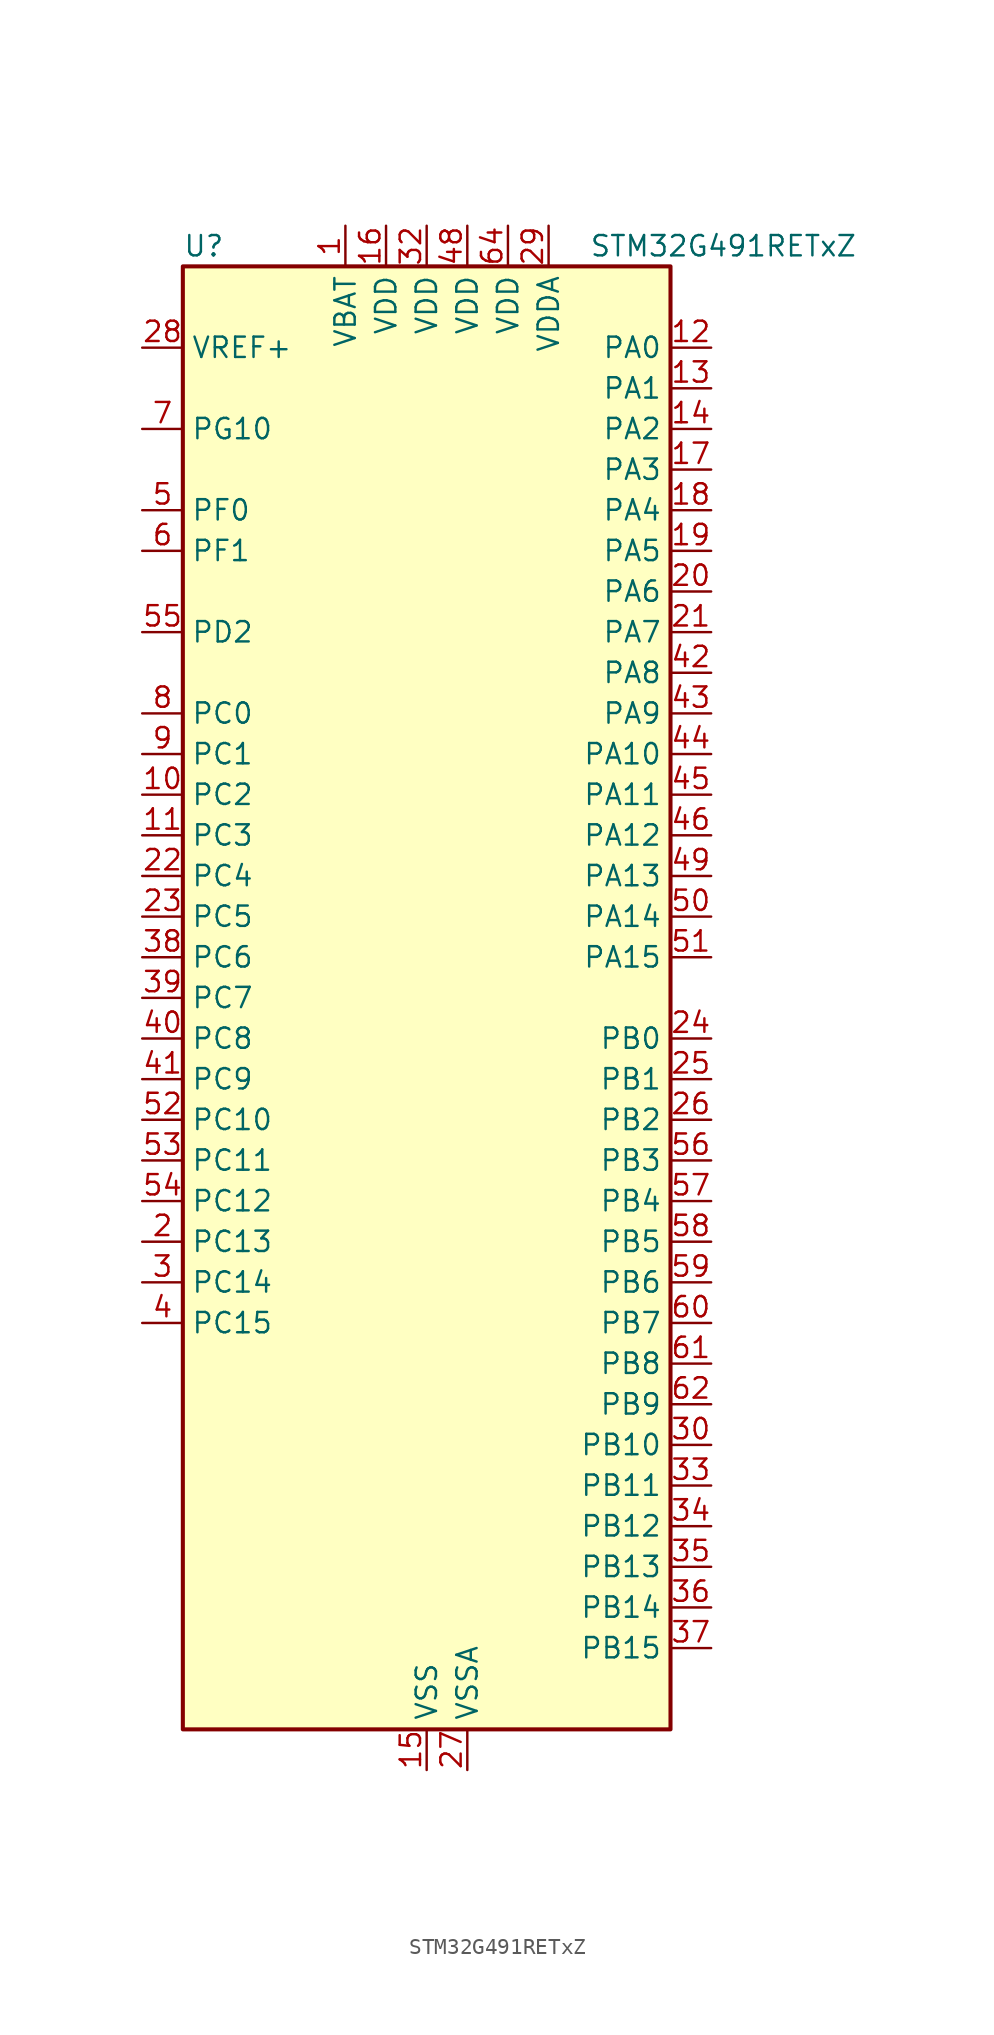
<source format=kicad_sym>
(kicad_symbol_lib
  (version 20241209)
  (generator "kicad_symbol_editor")
  (generator_version "9.0")
  (symbol "STM32G491RETxZ"
    (property "Reference" "U"
      (at -15.24 46.99 0)
      (effects (font (size 1.27 1.27)) (justify left)))
    (property "Value" "STM32G491RETxZ"
      (at 10.16 46.99 0)
      (effects (font (size 1.27 1.27)) (justify left)))
    (symbol "STM32G491RETxZ_0_1"
      (rectangle (start -15.24 -45.72) (end 15.24 45.72) (stroke (width 0.254) (type default)) (fill (type background))))
    (symbol "STM32G491RETxZ_1_1"
      (pin input line (at -17.78 40.64 0) (length 2.54) (name "VREF+" (effects (font (size 1.27 1.27)))) (number "28" (effects (font (size 1.27 1.27)))) (alternate "VREFBUF_OUT" bidirectional line))
      (pin bidirectional line (at -17.78 35.56 0) (length 2.54) (name "PG10" (effects (font (size 1.27 1.27)))) (number "7" (effects (font (size 1.27 1.27)))) (alternate "DAC1_EXTI10" bidirectional line) (alternate "DAC3_EXTI10" bidirectional line) (alternate "RCC_MCO" bidirectional line))
      (pin bidirectional line (at -17.78 30.48 0) (length 2.54) (name "PF0" (effects (font (size 1.27 1.27)))) (number "5" (effects (font (size 1.27 1.27)))) (alternate "ADC1_IN10" bidirectional line) (alternate "I2C2_SDA" bidirectional line) (alternate "I2S2_WS" bidirectional line) (alternate "RCC_OSC_IN" bidirectional line) (alternate "SPI2_NSS" bidirectional line) (alternate "TIM1_CH3N" bidirectional line))
      (pin bidirectional line (at -17.78 27.94 0) (length 2.54) (name "PF1" (effects (font (size 1.27 1.27)))) (number "6" (effects (font (size 1.27 1.27)))) (alternate "ADC2_IN10" bidirectional line) (alternate "COMP3_INM" bidirectional line) (alternate "I2S2_CK" bidirectional line) (alternate "RCC_OSC_OUT" bidirectional line) (alternate "SPI2_SCK" bidirectional line))
      (pin bidirectional line (at -17.78 22.86 0) (length 2.54) (name "PD2" (effects (font (size 1.27 1.27)))) (number "55" (effects (font (size 1.27 1.27)))) (alternate "ADC3_EXTI2" bidirectional line) (alternate "TIM3_ETR" bidirectional line) (alternate "TIM8_BKIN" bidirectional line) (alternate "UART5_RX" bidirectional line))
      (pin bidirectional line (at -17.78 17.78 0) (length 2.54) (name "PC0" (effects (font (size 1.27 1.27)))) (number "8" (effects (font (size 1.27 1.27)))) (alternate "ADC1_IN6" bidirectional line) (alternate "ADC2_IN6" bidirectional line) (alternate "COMP3_INM" bidirectional line) (alternate "LPTIM1_IN1" bidirectional line) (alternate "LPUART1_RX" bidirectional line) (alternate "TIM1_CH1" bidirectional line))
      (pin bidirectional line (at -17.78 15.24 0) (length 2.54) (name "PC1" (effects (font (size 1.27 1.27)))) (number "9" (effects (font (size 1.27 1.27)))) (alternate "ADC1_IN7" bidirectional line) (alternate "ADC2_IN7" bidirectional line) (alternate "COMP3_INP" bidirectional line) (alternate "LPTIM1_OUT" bidirectional line) (alternate "LPUART1_TX" bidirectional line) (alternate "QUADSPI1_BK2_IO0" bidirectional line) (alternate "SAI1_SD_A" bidirectional line) (alternate "TIM1_CH2" bidirectional line))
      (pin bidirectional line (at -17.78 12.7 0) (length 2.54) (name "PC2" (effects (font (size 1.27 1.27)))) (number "10" (effects (font (size 1.27 1.27)))) (alternate "ADC1_IN8" bidirectional line) (alternate "ADC2_IN8" bidirectional line) (alternate "ADC3_EXTI2" bidirectional line) (alternate "COMP3_OUT" bidirectional line) (alternate "LPTIM1_IN2" bidirectional line) (alternate "QUADSPI1_BK2_IO1" bidirectional line) (alternate "TIM1_CH3" bidirectional line) (alternate "TIM20_CH2" bidirectional line))
      (pin bidirectional line (at -17.78 10.16 0) (length 2.54) (name "PC3" (effects (font (size 1.27 1.27)))) (number "11" (effects (font (size 1.27 1.27)))) (alternate "ADC1_IN9" bidirectional line) (alternate "ADC2_IN9" bidirectional line) (alternate "ADC3_EXTI3" bidirectional line) (alternate "LPTIM1_ETR" bidirectional line) (alternate "QUADSPI1_BK2_IO2" bidirectional line) (alternate "SAI1_D1" bidirectional line) (alternate "SAI1_SD_A" bidirectional line) (alternate "TIM1_BKIN2" bidirectional line) (alternate "TIM1_CH4" bidirectional line))
      (pin bidirectional line (at -17.78 7.62 0) (length 2.54) (name "PC4" (effects (font (size 1.27 1.27)))) (number "22" (effects (font (size 1.27 1.27)))) (alternate "ADC2_IN5" bidirectional line) (alternate "I2C2_SCL" bidirectional line) (alternate "QUADSPI1_BK2_IO3" bidirectional line) (alternate "TIM1_ETR" bidirectional line) (alternate "USART1_TX" bidirectional line))
      (pin bidirectional line (at -17.78 5.08 0) (length 2.54) (name "PC5" (effects (font (size 1.27 1.27)))) (number "23" (effects (font (size 1.27 1.27)))) (alternate "ADC2_IN11" bidirectional line) (alternate "OPAMP1_VINM" bidirectional line) (alternate "OPAMP1_VINM1" bidirectional line) (alternate "OPAMP1_VINM_SEC" bidirectional line) (alternate "OPAMP2_VINM" bidirectional line) (alternate "OPAMP2_VINM1" bidirectional line) (alternate "OPAMP2_VINM_SEC" bidirectional line) (alternate "SAI1_D3" bidirectional line) (alternate "SYS_WKUP5" bidirectional line) (alternate "TIM15_BKIN" bidirectional line) (alternate "TIM1_CH4N" bidirectional line) (alternate "USART1_RX" bidirectional line))
      (pin bidirectional line (at -17.78 2.54 0) (length 2.54) (name "PC6" (effects (font (size 1.27 1.27)))) (number "38" (effects (font (size 1.27 1.27)))) (alternate "I2S2_MCK" bidirectional line) (alternate "TIM3_CH1" bidirectional line) (alternate "TIM8_CH1" bidirectional line))
      (pin bidirectional line (at -17.78 0 0) (length 2.54) (name "PC7" (effects (font (size 1.27 1.27)))) (number "39" (effects (font (size 1.27 1.27)))) (alternate "I2S3_MCK" bidirectional line) (alternate "TIM3_CH2" bidirectional line) (alternate "TIM8_CH2" bidirectional line))
      (pin bidirectional line (at -17.78 -2.54 0) (length 2.54) (name "PC8" (effects (font (size 1.27 1.27)))) (number "40" (effects (font (size 1.27 1.27)))) (alternate "I2C3_SCL" bidirectional line) (alternate "TIM20_CH3" bidirectional line) (alternate "TIM3_CH3" bidirectional line) (alternate "TIM8_CH3" bidirectional line))
      (pin bidirectional line (at -17.78 -5.08 0) (length 2.54) (name "PC9" (effects (font (size 1.27 1.27)))) (number "41" (effects (font (size 1.27 1.27)))) (alternate "DAC1_EXTI9" bidirectional line) (alternate "DAC3_EXTI9" bidirectional line) (alternate "I2C3_SDA" bidirectional line) (alternate "I2S_CKIN" bidirectional line) (alternate "TIM3_CH4" bidirectional line) (alternate "TIM8_BKIN2" bidirectional line) (alternate "TIM8_CH4" bidirectional line))
      (pin bidirectional line (at -17.78 -7.62 0) (length 2.54) (name "PC10" (effects (font (size 1.27 1.27)))) (number "52" (effects (font (size 1.27 1.27)))) (alternate "DAC1_EXTI10" bidirectional line) (alternate "DAC3_EXTI10" bidirectional line) (alternate "I2S3_CK" bidirectional line) (alternate "SPI3_SCK" bidirectional line) (alternate "TIM8_CH1N" bidirectional line) (alternate "UART4_TX" bidirectional line) (alternate "USART3_TX" bidirectional line))
      (pin bidirectional line (at -17.78 -10.16 0) (length 2.54) (name "PC11" (effects (font (size 1.27 1.27)))) (number "53" (effects (font (size 1.27 1.27)))) (alternate "ADC1_EXTI11" bidirectional line) (alternate "ADC2_EXTI11" bidirectional line) (alternate "I2C3_SDA" bidirectional line) (alternate "SPI3_MISO" bidirectional line) (alternate "TIM8_CH2N" bidirectional line) (alternate "UART4_RX" bidirectional line) (alternate "USART3_RX" bidirectional line))
      (pin bidirectional line (at -17.78 -12.7 0) (length 2.54) (name "PC12" (effects (font (size 1.27 1.27)))) (number "54" (effects (font (size 1.27 1.27)))) (alternate "I2S3_SD" bidirectional line) (alternate "SPI3_MOSI" bidirectional line) (alternate "TIM8_CH3N" bidirectional line) (alternate "UART5_TX" bidirectional line) (alternate "UCPD1_FRSTX1" bidirectional line) (alternate "UCPD1_FRSTX2" bidirectional line) (alternate "USART3_CK" bidirectional line))
      (pin bidirectional line (at -17.78 -15.24 0) (length 2.54) (name "PC13" (effects (font (size 1.27 1.27)))) (number "2" (effects (font (size 1.27 1.27)))) (alternate "RTC_OUT1" bidirectional line) (alternate "RTC_TAMP1" bidirectional line) (alternate "RTC_TS" bidirectional line) (alternate "SYS_WKUP2" bidirectional line) (alternate "TIM1_BKIN" bidirectional line) (alternate "TIM1_CH1N" bidirectional line) (alternate "TIM8_CH4N" bidirectional line))
      (pin bidirectional line (at -17.78 -17.78 0) (length 2.54) (name "PC14" (effects (font (size 1.27 1.27)))) (number "3" (effects (font (size 1.27 1.27)))) (alternate "RCC_OSC32_IN" bidirectional line))
      (pin bidirectional line (at -17.78 -20.32 0) (length 2.54) (name "PC15" (effects (font (size 1.27 1.27)))) (number "4" (effects (font (size 1.27 1.27)))) (alternate "ADC1_EXTI15" bidirectional line) (alternate "ADC2_EXTI15" bidirectional line) (alternate "RCC_OSC32_OUT" bidirectional line))
      (pin power_in line (at -5.08 48.26 270) (length 2.54) (name "VBAT" (effects (font (size 1.27 1.27)))) (number "1" (effects (font (size 1.27 1.27)))))
      (pin power_in line (at -2.54 48.26 270) (length 2.54) (name "VDD" (effects (font (size 1.27 1.27)))) (number "16" (effects (font (size 1.27 1.27)))))
      (pin power_in line (at 0 48.26 270) (length 2.54) (name "VDD" (effects (font (size 1.27 1.27)))) (number "32" (effects (font (size 1.27 1.27)))))
      (pin power_in line (at 0 -48.26 90) (length 2.54) (name "VSS" (effects (font (size 1.27 1.27)))) (number "15" (effects (font (size 1.27 1.27)))))
      (pin passive line (at 0 -48.26 90) (length 2.54) (hide yes) (name "VSS" (effects (font (size 1.27 1.27)))) (number "31" (effects (font (size 1.27 1.27)))))
      (pin passive line (at 0 -48.26 90) (length 2.54) (hide yes) (name "VSS" (effects (font (size 1.27 1.27)))) (number "47" (effects (font (size 1.27 1.27)))))
      (pin passive line (at 0 -48.26 90) (length 2.54) (hide yes) (name "VSS" (effects (font (size 1.27 1.27)))) (number "63" (effects (font (size 1.27 1.27)))))
      (pin power_in line (at 2.54 48.26 270) (length 2.54) (name "VDD" (effects (font (size 1.27 1.27)))) (number "48" (effects (font (size 1.27 1.27)))))
      (pin power_in line (at 2.54 -48.26 90) (length 2.54) (name "VSSA" (effects (font (size 1.27 1.27)))) (number "27" (effects (font (size 1.27 1.27)))))
      (pin power_in line (at 5.08 48.26 270) (length 2.54) (name "VDD" (effects (font (size 1.27 1.27)))) (number "64" (effects (font (size 1.27 1.27)))))
      (pin power_in line (at 7.62 48.26 270) (length 2.54) (name "VDDA" (effects (font (size 1.27 1.27)))) (number "29" (effects (font (size 1.27 1.27)))))
      (pin bidirectional line (at 17.78 40.64 180) (length 2.54) (name "PA0" (effects (font (size 1.27 1.27)))) (number "12" (effects (font (size 1.27 1.27)))) (alternate "ADC1_IN1" bidirectional line) (alternate "ADC2_IN1" bidirectional line) (alternate "COMP1_INM" bidirectional line) (alternate "COMP1_OUT" bidirectional line) (alternate "COMP3_INP" bidirectional line) (alternate "RTC_TAMP2" bidirectional line) (alternate "SYS_WKUP1" bidirectional line) (alternate "TIM2_CH1" bidirectional line) (alternate "TIM2_ETR" bidirectional line) (alternate "TIM8_BKIN" bidirectional line) (alternate "TIM8_ETR" bidirectional line) (alternate "USART2_CTS" bidirectional line) (alternate "USART2_NSS" bidirectional line))
      (pin bidirectional line (at 17.78 38.1 180) (length 2.54) (name "PA1" (effects (font (size 1.27 1.27)))) (number "13" (effects (font (size 1.27 1.27)))) (alternate "ADC1_IN2" bidirectional line) (alternate "ADC2_IN2" bidirectional line) (alternate "COMP1_INP" bidirectional line) (alternate "OPAMP1_VINP" bidirectional line) (alternate "OPAMP1_VINP_SEC" bidirectional line) (alternate "OPAMP3_VINP" bidirectional line) (alternate "OPAMP3_VINP_SEC" bidirectional line) (alternate "OPAMP6_VINM" bidirectional line) (alternate "OPAMP6_VINM0" bidirectional line) (alternate "OPAMP6_VINM_SEC" bidirectional line) (alternate "RTC_REFIN" bidirectional line) (alternate "TIM15_CH1N" bidirectional line) (alternate "TIM2_CH2" bidirectional line) (alternate "USART2_DE" bidirectional line) (alternate "USART2_RTS" bidirectional line))
      (pin bidirectional line (at 17.78 35.56 180) (length 2.54) (name "PA2" (effects (font (size 1.27 1.27)))) (number "14" (effects (font (size 1.27 1.27)))) (alternate "ADC1_IN3" bidirectional line) (alternate "ADC3_EXTI2" bidirectional line) (alternate "COMP2_INM" bidirectional line) (alternate "COMP2_OUT" bidirectional line) (alternate "LPUART1_TX" bidirectional line) (alternate "OPAMP1_VOUT" bidirectional line) (alternate "QUADSPI1_BK1_NCS" bidirectional line) (alternate "RCC_LSCO" bidirectional line) (alternate "SYS_WKUP4" bidirectional line) (alternate "TIM15_CH1" bidirectional line) (alternate "TIM2_CH3" bidirectional line) (alternate "UCPD1_FRSTX1" bidirectional line) (alternate "UCPD1_FRSTX2" bidirectional line) (alternate "USART2_TX" bidirectional line))
      (pin bidirectional line (at 17.78 33.02 180) (length 2.54) (name "PA3" (effects (font (size 1.27 1.27)))) (number "17" (effects (font (size 1.27 1.27)))) (alternate "ADC1_IN4" bidirectional line) (alternate "ADC3_EXTI3" bidirectional line) (alternate "COMP2_INP" bidirectional line) (alternate "LPUART1_RX" bidirectional line) (alternate "OPAMP1_VINM" bidirectional line) (alternate "OPAMP1_VINM0" bidirectional line) (alternate "OPAMP1_VINM_SEC" bidirectional line) (alternate "OPAMP1_VINP" bidirectional line) (alternate "OPAMP1_VINP_SEC" bidirectional line) (alternate "QUADSPI1_CLK" bidirectional line) (alternate "SAI1_CK1" bidirectional line) (alternate "SAI1_MCLK_A" bidirectional line) (alternate "TIM15_CH2" bidirectional line) (alternate "TIM2_CH4" bidirectional line) (alternate "USART2_RX" bidirectional line))
      (pin bidirectional line (at 17.78 30.48 180) (length 2.54) (name "PA4" (effects (font (size 1.27 1.27)))) (number "18" (effects (font (size 1.27 1.27)))) (alternate "ADC2_IN17" bidirectional line) (alternate "COMP1_INM" bidirectional line) (alternate "DAC1_OUT1" bidirectional line) (alternate "I2S3_WS" bidirectional line) (alternate "SAI1_FS_B" bidirectional line) (alternate "SPI1_NSS" bidirectional line) (alternate "SPI3_NSS" bidirectional line) (alternate "TIM3_CH2" bidirectional line) (alternate "USART2_CK" bidirectional line))
      (pin bidirectional line (at 17.78 27.94 180) (length 2.54) (name "PA5" (effects (font (size 1.27 1.27)))) (number "19" (effects (font (size 1.27 1.27)))) (alternate "ADC2_IN13" bidirectional line) (alternate "COMP2_INM" bidirectional line) (alternate "DAC1_OUT2" bidirectional line) (alternate "OPAMP2_VINM" bidirectional line) (alternate "OPAMP2_VINM0" bidirectional line) (alternate "OPAMP2_VINM_SEC" bidirectional line) (alternate "SPI1_SCK" bidirectional line) (alternate "TIM2_CH1" bidirectional line) (alternate "TIM2_ETR" bidirectional line) (alternate "UCPD1_FRSTX1" bidirectional line) (alternate "UCPD1_FRSTX2" bidirectional line))
      (pin bidirectional line (at 17.78 25.4 180) (length 2.54) (name "PA6" (effects (font (size 1.27 1.27)))) (number "20" (effects (font (size 1.27 1.27)))) (alternate "ADC2_IN3" bidirectional line) (alternate "COMP1_OUT" bidirectional line) (alternate "LPUART1_CTS" bidirectional line) (alternate "OPAMP2_VOUT" bidirectional line) (alternate "QUADSPI1_BK1_IO3" bidirectional line) (alternate "SPI1_MISO" bidirectional line) (alternate "TIM16_CH1" bidirectional line) (alternate "TIM1_BKIN" bidirectional line) (alternate "TIM3_CH1" bidirectional line) (alternate "TIM8_BKIN" bidirectional line))
      (pin bidirectional line (at 17.78 22.86 180) (length 2.54) (name "PA7" (effects (font (size 1.27 1.27)))) (number "21" (effects (font (size 1.27 1.27)))) (alternate "ADC2_IN4" bidirectional line) (alternate "COMP2_INP" bidirectional line) (alternate "COMP2_OUT" bidirectional line) (alternate "OPAMP1_VINP" bidirectional line) (alternate "OPAMP1_VINP_SEC" bidirectional line) (alternate "OPAMP2_VINP" bidirectional line) (alternate "OPAMP2_VINP_SEC" bidirectional line) (alternate "QUADSPI1_BK1_IO2" bidirectional line) (alternate "SPI1_MOSI" bidirectional line) (alternate "TIM17_CH1" bidirectional line) (alternate "TIM1_CH1N" bidirectional line) (alternate "TIM3_CH2" bidirectional line) (alternate "TIM8_CH1N" bidirectional line) (alternate "UCPD1_FRSTX1" bidirectional line) (alternate "UCPD1_FRSTX2" bidirectional line))
      (pin bidirectional line (at 17.78 20.32 180) (length 2.54) (name "PA8" (effects (font (size 1.27 1.27)))) (number "42" (effects (font (size 1.27 1.27)))) (alternate "I2C2_SDA" bidirectional line) (alternate "I2C3_SCL" bidirectional line) (alternate "I2S2_MCK" bidirectional line) (alternate "RCC_MCO" bidirectional line) (alternate "SAI1_CK2" bidirectional line) (alternate "SAI1_SCK_A" bidirectional line) (alternate "TIM1_CH1" bidirectional line) (alternate "TIM4_ETR" bidirectional line) (alternate "USART1_CK" bidirectional line))
      (pin bidirectional line (at 17.78 17.78 180) (length 2.54) (name "PA9" (effects (font (size 1.27 1.27)))) (number "43" (effects (font (size 1.27 1.27)))) (alternate "DAC1_EXTI9" bidirectional line) (alternate "DAC3_EXTI9" bidirectional line) (alternate "I2C2_SCL" bidirectional line) (alternate "I2C3_SMBA" bidirectional line) (alternate "I2S3_MCK" bidirectional line) (alternate "SAI1_FS_A" bidirectional line) (alternate "TIM15_BKIN" bidirectional line) (alternate "TIM1_CH2" bidirectional line) (alternate "TIM2_CH3" bidirectional line) (alternate "UCPD1_DBCC1" bidirectional line) (alternate "USART1_TX" bidirectional line))
      (pin bidirectional line (at 17.78 15.24 180) (length 2.54) (name "PA10" (effects (font (size 1.27 1.27)))) (number "44" (effects (font (size 1.27 1.27)))) (alternate "CRS_SYNC" bidirectional line) (alternate "DAC1_EXTI10" bidirectional line) (alternate "DAC3_EXTI10" bidirectional line) (alternate "I2C2_SMBA" bidirectional line) (alternate "SAI1_D1" bidirectional line) (alternate "SAI1_SD_A" bidirectional line) (alternate "SPI2_MISO" bidirectional line) (alternate "TIM17_BKIN" bidirectional line) (alternate "TIM1_CH3" bidirectional line) (alternate "TIM2_CH4" bidirectional line) (alternate "TIM8_BKIN" bidirectional line) (alternate "UCPD1_DBCC2" bidirectional line) (alternate "USART1_RX" bidirectional line))
      (pin bidirectional line (at 17.78 12.7 180) (length 2.54) (name "PA11" (effects (font (size 1.27 1.27)))) (number "45" (effects (font (size 1.27 1.27)))) (alternate "ADC1_EXTI11" bidirectional line) (alternate "ADC2_EXTI11" bidirectional line) (alternate "COMP1_OUT" bidirectional line) (alternate "FDCAN1_RX" bidirectional line) (alternate "I2S2_SD" bidirectional line) (alternate "SPI2_MOSI" bidirectional line) (alternate "TIM1_BKIN2" bidirectional line) (alternate "TIM1_CH1N" bidirectional line) (alternate "TIM1_CH4" bidirectional line) (alternate "TIM4_CH1" bidirectional line) (alternate "USART1_CTS" bidirectional line) (alternate "USART1_NSS" bidirectional line) (alternate "USB_DM" bidirectional line))
      (pin bidirectional line (at 17.78 10.16 180) (length 2.54) (name "PA12" (effects (font (size 1.27 1.27)))) (number "46" (effects (font (size 1.27 1.27)))) (alternate "COMP2_OUT" bidirectional line) (alternate "FDCAN1_TX" bidirectional line) (alternate "I2S_CKIN" bidirectional line) (alternate "TIM16_CH1" bidirectional line) (alternate "TIM1_CH2N" bidirectional line) (alternate "TIM1_ETR" bidirectional line) (alternate "TIM4_CH2" bidirectional line) (alternate "USART1_DE" bidirectional line) (alternate "USART1_RTS" bidirectional line) (alternate "USB_DP" bidirectional line))
      (pin bidirectional line (at 17.78 7.62 180) (length 2.54) (name "PA13" (effects (font (size 1.27 1.27)))) (number "49" (effects (font (size 1.27 1.27)))) (alternate "I2C1_SCL" bidirectional line) (alternate "IR_OUT" bidirectional line) (alternate "SAI1_SD_B" bidirectional line) (alternate "SYS_JTMS-SWDIO" bidirectional line) (alternate "TIM16_CH1N" bidirectional line) (alternate "TIM4_CH3" bidirectional line) (alternate "USART3_CTS" bidirectional line) (alternate "USART3_NSS" bidirectional line))
      (pin bidirectional line (at 17.78 5.08 180) (length 2.54) (name "PA14" (effects (font (size 1.27 1.27)))) (number "50" (effects (font (size 1.27 1.27)))) (alternate "I2C1_SDA" bidirectional line) (alternate "LPTIM1_OUT" bidirectional line) (alternate "SAI1_FS_B" bidirectional line) (alternate "SYS_JTCK-SWCLK" bidirectional line) (alternate "TIM1_BKIN" bidirectional line) (alternate "TIM8_CH2" bidirectional line) (alternate "USART2_TX" bidirectional line))
      (pin bidirectional line (at 17.78 2.54 180) (length 2.54) (name "PA15" (effects (font (size 1.27 1.27)))) (number "51" (effects (font (size 1.27 1.27)))) (alternate "ADC1_EXTI15" bidirectional line) (alternate "ADC2_EXTI15" bidirectional line) (alternate "I2C1_SCL" bidirectional line) (alternate "I2S3_WS" bidirectional line) (alternate "SPI1_NSS" bidirectional line) (alternate "SPI3_NSS" bidirectional line) (alternate "SYS_JTDI" bidirectional line) (alternate "TIM1_BKIN" bidirectional line) (alternate "TIM20_ETR" bidirectional line) (alternate "TIM2_CH1" bidirectional line) (alternate "TIM2_ETR" bidirectional line) (alternate "TIM8_CH1" bidirectional line) (alternate "UART4_DE" bidirectional line) (alternate "UART4_RTS" bidirectional line) (alternate "USART2_RX" bidirectional line))
      (pin bidirectional line (at 17.78 -2.54 180) (length 2.54) (name "PB0" (effects (font (size 1.27 1.27)))) (number "24" (effects (font (size 1.27 1.27)))) (alternate "ADC1_IN15" bidirectional line) (alternate "ADC3_IN12" bidirectional line) (alternate "COMP4_INP" bidirectional line) (alternate "OPAMP2_VINP" bidirectional line) (alternate "OPAMP2_VINP_SEC" bidirectional line) (alternate "OPAMP3_VINP" bidirectional line) (alternate "OPAMP3_VINP_SEC" bidirectional line) (alternate "QUADSPI1_BK1_IO1" bidirectional line) (alternate "TIM1_CH2N" bidirectional line) (alternate "TIM3_CH3" bidirectional line) (alternate "TIM8_CH2N" bidirectional line) (alternate "UCPD1_FRSTX1" bidirectional line) (alternate "UCPD1_FRSTX2" bidirectional line))
      (pin bidirectional line (at 17.78 -5.08 180) (length 2.54) (name "PB1" (effects (font (size 1.27 1.27)))) (number "25" (effects (font (size 1.27 1.27)))) (alternate "ADC1_IN12" bidirectional line) (alternate "ADC3_IN1" bidirectional line) (alternate "COMP1_INP" bidirectional line) (alternate "COMP4_OUT" bidirectional line) (alternate "LPUART1_DE" bidirectional line) (alternate "LPUART1_RTS" bidirectional line) (alternate "OPAMP3_VOUT" bidirectional line) (alternate "OPAMP6_VINM" bidirectional line) (alternate "OPAMP6_VINM1" bidirectional line) (alternate "OPAMP6_VINM_SEC" bidirectional line) (alternate "QUADSPI1_BK1_IO0" bidirectional line) (alternate "TIM1_CH3N" bidirectional line) (alternate "TIM3_CH4" bidirectional line) (alternate "TIM8_CH3N" bidirectional line))
      (pin bidirectional line (at 17.78 -7.62 180) (length 2.54) (name "PB2" (effects (font (size 1.27 1.27)))) (number "26" (effects (font (size 1.27 1.27)))) (alternate "ADC2_IN12" bidirectional line) (alternate "ADC3_EXTI2" bidirectional line) (alternate "COMP4_INM" bidirectional line) (alternate "I2C3_SMBA" bidirectional line) (alternate "LPTIM1_OUT" bidirectional line) (alternate "OPAMP3_VINM" bidirectional line) (alternate "OPAMP3_VINM0" bidirectional line) (alternate "OPAMP3_VINM_SEC" bidirectional line) (alternate "QUADSPI1_BK2_IO1" bidirectional line) (alternate "RTC_OUT2" bidirectional line) (alternate "TIM20_CH1" bidirectional line))
      (pin bidirectional line (at 17.78 -10.16 180) (length 2.54) (name "PB3" (effects (font (size 1.27 1.27)))) (number "56" (effects (font (size 1.27 1.27)))) (alternate "ADC3_EXTI3" bidirectional line) (alternate "CRS_SYNC" bidirectional line) (alternate "I2S3_CK" bidirectional line) (alternate "SAI1_SCK_B" bidirectional line) (alternate "SPI1_SCK" bidirectional line) (alternate "SPI3_SCK" bidirectional line) (alternate "SYS_JTDO-SWO" bidirectional line) (alternate "TIM2_CH2" bidirectional line) (alternate "TIM3_ETR" bidirectional line) (alternate "TIM4_ETR" bidirectional line) (alternate "TIM8_CH1N" bidirectional line) (alternate "USART2_TX" bidirectional line))
      (pin bidirectional line (at 17.78 -12.7 180) (length 2.54) (name "PB4" (effects (font (size 1.27 1.27)))) (number "57" (effects (font (size 1.27 1.27)))) (alternate "SAI1_MCLK_B" bidirectional line) (alternate "SPI1_MISO" bidirectional line) (alternate "SPI3_MISO" bidirectional line) (alternate "SYS_JTRST" bidirectional line) (alternate "TIM16_CH1" bidirectional line) (alternate "TIM17_BKIN" bidirectional line) (alternate "TIM3_CH1" bidirectional line) (alternate "TIM8_CH2N" bidirectional line) (alternate "UART5_DE" bidirectional line) (alternate "UART5_RTS" bidirectional line) (alternate "UCPD1_CC2" bidirectional line) (alternate "USART2_RX" bidirectional line))
      (pin bidirectional line (at 17.78 -15.24 180) (length 2.54) (name "PB5" (effects (font (size 1.27 1.27)))) (number "58" (effects (font (size 1.27 1.27)))) (alternate "FDCAN2_RX" bidirectional line) (alternate "I2C1_SMBA" bidirectional line) (alternate "I2C3_SDA" bidirectional line) (alternate "I2S3_SD" bidirectional line) (alternate "LPTIM1_IN1" bidirectional line) (alternate "SAI1_SD_B" bidirectional line) (alternate "SPI1_MOSI" bidirectional line) (alternate "SPI3_MOSI" bidirectional line) (alternate "TIM16_BKIN" bidirectional line) (alternate "TIM17_CH1" bidirectional line) (alternate "TIM3_CH2" bidirectional line) (alternate "TIM8_CH3N" bidirectional line) (alternate "UART5_CTS" bidirectional line) (alternate "USART2_CK" bidirectional line))
      (pin bidirectional line (at 17.78 -17.78 180) (length 2.54) (name "PB6" (effects (font (size 1.27 1.27)))) (number "59" (effects (font (size 1.27 1.27)))) (alternate "COMP4_OUT" bidirectional line) (alternate "FDCAN2_TX" bidirectional line) (alternate "LPTIM1_ETR" bidirectional line) (alternate "SAI1_FS_B" bidirectional line) (alternate "TIM16_CH1N" bidirectional line) (alternate "TIM4_CH1" bidirectional line) (alternate "TIM8_BKIN2" bidirectional line) (alternate "TIM8_CH1" bidirectional line) (alternate "TIM8_ETR" bidirectional line) (alternate "UCPD1_CC1" bidirectional line) (alternate "USART1_TX" bidirectional line))
      (pin bidirectional line (at 17.78 -20.32 180) (length 2.54) (name "PB7" (effects (font (size 1.27 1.27)))) (number "60" (effects (font (size 1.27 1.27)))) (alternate "COMP3_OUT" bidirectional line) (alternate "I2C1_SDA" bidirectional line) (alternate "LPTIM1_IN2" bidirectional line) (alternate "SYS_PVD_IN" bidirectional line) (alternate "TIM17_CH1N" bidirectional line) (alternate "TIM3_CH4" bidirectional line) (alternate "TIM4_CH2" bidirectional line) (alternate "TIM8_BKIN" bidirectional line) (alternate "UART4_CTS" bidirectional line) (alternate "USART1_RX" bidirectional line))
      (pin bidirectional line (at 17.78 -22.86 180) (length 2.54) (name "PB8" (effects (font (size 1.27 1.27)))) (number "61" (effects (font (size 1.27 1.27)))) (alternate "COMP1_OUT" bidirectional line) (alternate "FDCAN1_RX" bidirectional line) (alternate "I2C1_SCL" bidirectional line) (alternate "SAI1_CK1" bidirectional line) (alternate "SAI1_MCLK_A" bidirectional line) (alternate "TIM16_CH1" bidirectional line) (alternate "TIM1_BKIN" bidirectional line) (alternate "TIM4_CH3" bidirectional line) (alternate "TIM8_CH2" bidirectional line) (alternate "USART3_RX" bidirectional line))
      (pin bidirectional line (at 17.78 -25.4 180) (length 2.54) (name "PB9" (effects (font (size 1.27 1.27)))) (number "62" (effects (font (size 1.27 1.27)))) (alternate "COMP2_OUT" bidirectional line) (alternate "DAC1_EXTI9" bidirectional line) (alternate "DAC3_EXTI9" bidirectional line) (alternate "FDCAN1_TX" bidirectional line) (alternate "I2C1_SDA" bidirectional line) (alternate "IR_OUT" bidirectional line) (alternate "SAI1_D2" bidirectional line) (alternate "SAI1_FS_A" bidirectional line) (alternate "TIM17_CH1" bidirectional line) (alternate "TIM1_CH3N" bidirectional line) (alternate "TIM4_CH4" bidirectional line) (alternate "TIM8_CH3" bidirectional line) (alternate "USART3_TX" bidirectional line))
      (pin bidirectional line (at 17.78 -27.94 180) (length 2.54) (name "PB10" (effects (font (size 1.27 1.27)))) (number "30" (effects (font (size 1.27 1.27)))) (alternate "DAC1_EXTI10" bidirectional line) (alternate "DAC3_EXTI10" bidirectional line) (alternate "LPUART1_RX" bidirectional line) (alternate "OPAMP3_VINM" bidirectional line) (alternate "OPAMP3_VINM1" bidirectional line) (alternate "OPAMP3_VINM_SEC" bidirectional line) (alternate "QUADSPI1_CLK" bidirectional line) (alternate "SAI1_SCK_A" bidirectional line) (alternate "TIM1_BKIN" bidirectional line) (alternate "TIM2_CH3" bidirectional line) (alternate "USART3_TX" bidirectional line))
      (pin bidirectional line (at 17.78 -30.48 180) (length 2.54) (name "PB11" (effects (font (size 1.27 1.27)))) (number "33" (effects (font (size 1.27 1.27)))) (alternate "ADC1_EXTI11" bidirectional line) (alternate "ADC1_IN14" bidirectional line) (alternate "ADC2_EXTI11" bidirectional line) (alternate "ADC2_IN14" bidirectional line) (alternate "LPUART1_TX" bidirectional line) (alternate "OPAMP6_VOUT" bidirectional line) (alternate "QUADSPI1_BK1_NCS" bidirectional line) (alternate "TIM2_CH4" bidirectional line) (alternate "USART3_RX" bidirectional line))
      (pin bidirectional line (at 17.78 -33.02 180) (length 2.54) (name "PB12" (effects (font (size 1.27 1.27)))) (number "34" (effects (font (size 1.27 1.27)))) (alternate "ADC1_IN11" bidirectional line) (alternate "FDCAN2_RX" bidirectional line) (alternate "I2C2_SMBA" bidirectional line) (alternate "I2S2_WS" bidirectional line) (alternate "LPUART1_DE" bidirectional line) (alternate "LPUART1_RTS" bidirectional line) (alternate "OPAMP6_VINP" bidirectional line) (alternate "OPAMP6_VINP_SEC" bidirectional line) (alternate "SPI2_NSS" bidirectional line) (alternate "TIM1_BKIN" bidirectional line) (alternate "USART3_CK" bidirectional line))
      (pin bidirectional line (at 17.78 -35.56 180) (length 2.54) (name "PB13" (effects (font (size 1.27 1.27)))) (number "35" (effects (font (size 1.27 1.27)))) (alternate "ADC3_IN5" bidirectional line) (alternate "FDCAN2_TX" bidirectional line) (alternate "I2S2_CK" bidirectional line) (alternate "LPUART1_CTS" bidirectional line) (alternate "OPAMP3_VINP" bidirectional line) (alternate "OPAMP3_VINP_SEC" bidirectional line) (alternate "OPAMP6_VINP" bidirectional line) (alternate "OPAMP6_VINP_SEC" bidirectional line) (alternate "SPI2_SCK" bidirectional line) (alternate "TIM1_CH1N" bidirectional line) (alternate "USART3_CTS" bidirectional line) (alternate "USART3_NSS" bidirectional line))
      (pin bidirectional line (at 17.78 -38.1 180) (length 2.54) (name "PB14" (effects (font (size 1.27 1.27)))) (number "36" (effects (font (size 1.27 1.27)))) (alternate "ADC1_IN5" bidirectional line) (alternate "COMP4_OUT" bidirectional line) (alternate "OPAMP2_VINP" bidirectional line) (alternate "OPAMP2_VINP_SEC" bidirectional line) (alternate "SPI2_MISO" bidirectional line) (alternate "TIM15_CH1" bidirectional line) (alternate "TIM1_CH2N" bidirectional line) (alternate "USART3_DE" bidirectional line) (alternate "USART3_RTS" bidirectional line))
      (pin bidirectional line (at 17.78 -40.64 180) (length 2.54) (name "PB15" (effects (font (size 1.27 1.27)))) (number "37" (effects (font (size 1.27 1.27)))) (alternate "ADC1_EXTI15" bidirectional line) (alternate "ADC2_EXTI15" bidirectional line) (alternate "ADC2_IN15" bidirectional line) (alternate "COMP3_OUT" bidirectional line) (alternate "I2S2_SD" bidirectional line) (alternate "RTC_REFIN" bidirectional line) (alternate "SPI2_MOSI" bidirectional line) (alternate "TIM15_CH1N" bidirectional line) (alternate "TIM15_CH2" bidirectional line) (alternate "TIM1_CH3N" bidirectional line)))))
</source>
